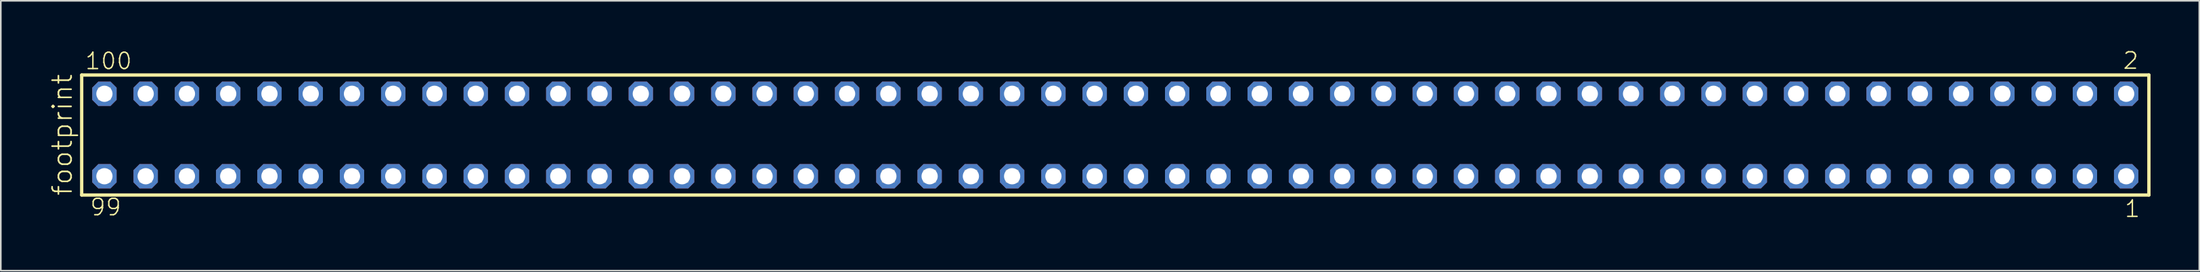
<source format=kicad_pcb>
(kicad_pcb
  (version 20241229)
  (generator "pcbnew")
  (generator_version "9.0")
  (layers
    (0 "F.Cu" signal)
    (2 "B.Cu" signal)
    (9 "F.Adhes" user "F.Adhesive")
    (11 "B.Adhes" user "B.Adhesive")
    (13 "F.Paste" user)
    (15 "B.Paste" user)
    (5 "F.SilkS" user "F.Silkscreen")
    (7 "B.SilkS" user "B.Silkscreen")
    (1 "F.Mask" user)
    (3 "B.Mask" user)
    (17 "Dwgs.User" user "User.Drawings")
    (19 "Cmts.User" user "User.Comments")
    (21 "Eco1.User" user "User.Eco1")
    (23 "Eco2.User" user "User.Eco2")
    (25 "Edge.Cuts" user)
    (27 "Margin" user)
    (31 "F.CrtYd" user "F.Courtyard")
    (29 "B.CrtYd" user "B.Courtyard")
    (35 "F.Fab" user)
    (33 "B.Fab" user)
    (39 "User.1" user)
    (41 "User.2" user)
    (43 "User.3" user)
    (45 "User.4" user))
  (footprint "footprint"
    (layer "F.Cu")
    (at 65.608 5.265)
    (property "Reference" "footprint" (at -64.135 3.81 90) (layer "F.SilkS") (effects (font (size 1.168 1.168) (thickness 0.102)) (justify left bottom)))
    (fp_line (start -63.629 -3.695) (end 63.629 -3.695) (stroke (width 0.203) (type solid)) (layer "F.SilkS"))
    (fp_line (start -63.629 3.695) (end -63.629 -3.695) (stroke (width 0.203) (type solid)) (layer "F.SilkS"))
    (fp_line (start 63.629 -3.695) (end 63.629 3.695) (stroke (width 0.203) (type solid)) (layer "F.SilkS"))
    (fp_line (start 63.629 3.695) (end -63.629 3.695) (stroke (width 0.203) (type solid)) (layer "F.SilkS"))
    (fp_poly (pts (xy -62.58 -2.19) (xy -61.88 -2.19) (xy -61.88 -2.89) (xy -62.58 -2.89)) (stroke (width 0.1) (type solid)) (fill no) (layer "F.Fab"))
    (fp_poly (pts (xy -62.58 2.89) (xy -61.88 2.89) (xy -61.88 2.19) (xy -62.58 2.19)) (stroke (width 0.1) (type solid)) (fill no) (layer "F.Fab"))
    (fp_poly (pts (xy -60.04 -2.19) (xy -59.34 -2.19) (xy -59.34 -2.89) (xy -60.04 -2.89)) (stroke (width 0.1) (type solid)) (fill no) (layer "F.Fab"))
    (fp_poly (pts (xy -60.04 2.89) (xy -59.34 2.89) (xy -59.34 2.19) (xy -60.04 2.19)) (stroke (width 0.1) (type solid)) (fill no) (layer "F.Fab"))
    (fp_poly (pts (xy -57.5 -2.19) (xy -56.8 -2.19) (xy -56.8 -2.89) (xy -57.5 -2.89)) (stroke (width 0.1) (type solid)) (fill no) (layer "F.Fab"))
    (fp_poly (pts (xy -57.5 2.89) (xy -56.8 2.89) (xy -56.8 2.19) (xy -57.5 2.19)) (stroke (width 0.1) (type solid)) (fill no) (layer "F.Fab"))
    (fp_poly (pts (xy -54.96 -2.19) (xy -54.26 -2.19) (xy -54.26 -2.89) (xy -54.96 -2.89)) (stroke (width 0.1) (type solid)) (fill no) (layer "F.Fab"))
    (fp_poly (pts (xy -54.96 2.89) (xy -54.26 2.89) (xy -54.26 2.19) (xy -54.96 2.19)) (stroke (width 0.1) (type solid)) (fill no) (layer "F.Fab"))
    (fp_poly (pts (xy -52.42 -2.19) (xy -51.72 -2.19) (xy -51.72 -2.89) (xy -52.42 -2.89)) (stroke (width 0.1) (type solid)) (fill no) (layer "F.Fab"))
    (fp_poly (pts (xy -52.42 2.89) (xy -51.72 2.89) (xy -51.72 2.19) (xy -52.42 2.19)) (stroke (width 0.1) (type solid)) (fill no) (layer "F.Fab"))
    (fp_poly (pts (xy -49.88 -2.19) (xy -49.18 -2.19) (xy -49.18 -2.89) (xy -49.88 -2.89)) (stroke (width 0.1) (type solid)) (fill no) (layer "F.Fab"))
    (fp_poly (pts (xy -49.88 2.89) (xy -49.18 2.89) (xy -49.18 2.19) (xy -49.88 2.19)) (stroke (width 0.1) (type solid)) (fill no) (layer "F.Fab"))
    (fp_poly (pts (xy -47.34 -2.19) (xy -46.64 -2.19) (xy -46.64 -2.89) (xy -47.34 -2.89)) (stroke (width 0.1) (type solid)) (fill no) (layer "F.Fab"))
    (fp_poly (pts (xy -47.34 2.89) (xy -46.64 2.89) (xy -46.64 2.19) (xy -47.34 2.19)) (stroke (width 0.1) (type solid)) (fill no) (layer "F.Fab"))
    (fp_poly (pts (xy -44.8 -2.19) (xy -44.1 -2.19) (xy -44.1 -2.89) (xy -44.8 -2.89)) (stroke (width 0.1) (type solid)) (fill no) (layer "F.Fab"))
    (fp_poly (pts (xy -44.8 2.89) (xy -44.1 2.89) (xy -44.1 2.19) (xy -44.8 2.19)) (stroke (width 0.1) (type solid)) (fill no) (layer "F.Fab"))
    (fp_poly (pts (xy -42.26 -2.19) (xy -41.56 -2.19) (xy -41.56 -2.89) (xy -42.26 -2.89)) (stroke (width 0.1) (type solid)) (fill no) (layer "F.Fab"))
    (fp_poly (pts (xy -42.26 2.89) (xy -41.56 2.89) (xy -41.56 2.19) (xy -42.26 2.19)) (stroke (width 0.1) (type solid)) (fill no) (layer "F.Fab"))
    (fp_poly (pts (xy -39.72 -2.19) (xy -39.02 -2.19) (xy -39.02 -2.89) (xy -39.72 -2.89)) (stroke (width 0.1) (type solid)) (fill no) (layer "F.Fab"))
    (fp_poly (pts (xy -39.72 2.89) (xy -39.02 2.89) (xy -39.02 2.19) (xy -39.72 2.19)) (stroke (width 0.1) (type solid)) (fill no) (layer "F.Fab"))
    (fp_poly (pts (xy -37.18 -2.19) (xy -36.48 -2.19) (xy -36.48 -2.89) (xy -37.18 -2.89)) (stroke (width 0.1) (type solid)) (fill no) (layer "F.Fab"))
    (fp_poly (pts (xy -37.18 2.89) (xy -36.48 2.89) (xy -36.48 2.19) (xy -37.18 2.19)) (stroke (width 0.1) (type solid)) (fill no) (layer "F.Fab"))
    (fp_poly (pts (xy -34.64 -2.19) (xy -33.94 -2.19) (xy -33.94 -2.89) (xy -34.64 -2.89)) (stroke (width 0.1) (type solid)) (fill no) (layer "F.Fab"))
    (fp_poly (pts (xy -34.64 2.89) (xy -33.94 2.89) (xy -33.94 2.19) (xy -34.64 2.19)) (stroke (width 0.1) (type solid)) (fill no) (layer "F.Fab"))
    (fp_poly (pts (xy -32.1 -2.19) (xy -31.4 -2.19) (xy -31.4 -2.89) (xy -32.1 -2.89)) (stroke (width 0.1) (type solid)) (fill no) (layer "F.Fab"))
    (fp_poly (pts (xy -32.1 2.89) (xy -31.4 2.89) (xy -31.4 2.19) (xy -32.1 2.19)) (stroke (width 0.1) (type solid)) (fill no) (layer "F.Fab"))
    (fp_poly (pts (xy -29.56 -2.19) (xy -28.86 -2.19) (xy -28.86 -2.89) (xy -29.56 -2.89)) (stroke (width 0.1) (type solid)) (fill no) (layer "F.Fab"))
    (fp_poly (pts (xy -29.56 2.89) (xy -28.86 2.89) (xy -28.86 2.19) (xy -29.56 2.19)) (stroke (width 0.1) (type solid)) (fill no) (layer "F.Fab"))
    (fp_poly (pts (xy -27.02 -2.19) (xy -26.32 -2.19) (xy -26.32 -2.89) (xy -27.02 -2.89)) (stroke (width 0.1) (type solid)) (fill no) (layer "F.Fab"))
    (fp_poly (pts (xy -27.02 2.89) (xy -26.32 2.89) (xy -26.32 2.19) (xy -27.02 2.19)) (stroke (width 0.1) (type solid)) (fill no) (layer "F.Fab"))
    (fp_poly (pts (xy -24.48 -2.19) (xy -23.78 -2.19) (xy -23.78 -2.89) (xy -24.48 -2.89)) (stroke (width 0.1) (type solid)) (fill no) (layer "F.Fab"))
    (fp_poly (pts (xy -24.48 2.89) (xy -23.78 2.89) (xy -23.78 2.19) (xy -24.48 2.19)) (stroke (width 0.1) (type solid)) (fill no) (layer "F.Fab"))
    (fp_poly (pts (xy -21.94 -2.19) (xy -21.24 -2.19) (xy -21.24 -2.89) (xy -21.94 -2.89)) (stroke (width 0.1) (type solid)) (fill no) (layer "F.Fab"))
    (fp_poly (pts (xy -21.94 2.89) (xy -21.24 2.89) (xy -21.24 2.19) (xy -21.94 2.19)) (stroke (width 0.1) (type solid)) (fill no) (layer "F.Fab"))
    (fp_poly (pts (xy -19.4 -2.19) (xy -18.7 -2.19) (xy -18.7 -2.89) (xy -19.4 -2.89)) (stroke (width 0.1) (type solid)) (fill no) (layer "F.Fab"))
    (fp_poly (pts (xy -19.4 2.89) (xy -18.7 2.89) (xy -18.7 2.19) (xy -19.4 2.19)) (stroke (width 0.1) (type solid)) (fill no) (layer "F.Fab"))
    (fp_poly (pts (xy -16.86 -2.19) (xy -16.16 -2.19) (xy -16.16 -2.89) (xy -16.86 -2.89)) (stroke (width 0.1) (type solid)) (fill no) (layer "F.Fab"))
    (fp_poly (pts (xy -16.86 2.89) (xy -16.16 2.89) (xy -16.16 2.19) (xy -16.86 2.19)) (stroke (width 0.1) (type solid)) (fill no) (layer "F.Fab"))
    (fp_poly (pts (xy -14.32 -2.19) (xy -13.62 -2.19) (xy -13.62 -2.89) (xy -14.32 -2.89)) (stroke (width 0.1) (type solid)) (fill no) (layer "F.Fab"))
    (fp_poly (pts (xy -14.32 2.89) (xy -13.62 2.89) (xy -13.62 2.19) (xy -14.32 2.19)) (stroke (width 0.1) (type solid)) (fill no) (layer "F.Fab"))
    (fp_poly (pts (xy -11.78 -2.19) (xy -11.08 -2.19) (xy -11.08 -2.89) (xy -11.78 -2.89)) (stroke (width 0.1) (type solid)) (fill no) (layer "F.Fab"))
    (fp_poly (pts (xy -11.78 2.89) (xy -11.08 2.89) (xy -11.08 2.19) (xy -11.78 2.19)) (stroke (width 0.1) (type solid)) (fill no) (layer "F.Fab"))
    (fp_poly (pts (xy -9.24 -2.19) (xy -8.54 -2.19) (xy -8.54 -2.89) (xy -9.24 -2.89)) (stroke (width 0.1) (type solid)) (fill no) (layer "F.Fab"))
    (fp_poly (pts (xy -9.24 2.89) (xy -8.54 2.89) (xy -8.54 2.19) (xy -9.24 2.19)) (stroke (width 0.1) (type solid)) (fill no) (layer "F.Fab"))
    (fp_poly (pts (xy -6.7 -2.19) (xy -6 -2.19) (xy -6 -2.89) (xy -6.7 -2.89)) (stroke (width 0.1) (type solid)) (fill no) (layer "F.Fab"))
    (fp_poly (pts (xy -6.7 2.89) (xy -6 2.89) (xy -6 2.19) (xy -6.7 2.19)) (stroke (width 0.1) (type solid)) (fill no) (layer "F.Fab"))
    (fp_poly (pts (xy -4.16 -2.19) (xy -3.46 -2.19) (xy -3.46 -2.89) (xy -4.16 -2.89)) (stroke (width 0.1) (type solid)) (fill no) (layer "F.Fab"))
    (fp_poly (pts (xy -4.16 2.89) (xy -3.46 2.89) (xy -3.46 2.19) (xy -4.16 2.19)) (stroke (width 0.1) (type solid)) (fill no) (layer "F.Fab"))
    (fp_poly (pts (xy -1.62 -2.19) (xy -0.92 -2.19) (xy -0.92 -2.89) (xy -1.62 -2.89)) (stroke (width 0.1) (type solid)) (fill no) (layer "F.Fab"))
    (fp_poly (pts (xy -1.62 2.89) (xy -0.92 2.89) (xy -0.92 2.19) (xy -1.62 2.19)) (stroke (width 0.1) (type solid)) (fill no) (layer "F.Fab"))
    (fp_poly (pts (xy 0.92 -2.19) (xy 1.62 -2.19) (xy 1.62 -2.89) (xy 0.92 -2.89)) (stroke (width 0.1) (type solid)) (fill no) (layer "F.Fab"))
    (fp_poly (pts (xy 0.92 2.89) (xy 1.62 2.89) (xy 1.62 2.19) (xy 0.92 2.19)) (stroke (width 0.1) (type solid)) (fill no) (layer "F.Fab"))
    (fp_poly (pts (xy 3.46 -2.19) (xy 4.16 -2.19) (xy 4.16 -2.89) (xy 3.46 -2.89)) (stroke (width 0.1) (type solid)) (fill no) (layer "F.Fab"))
    (fp_poly (pts (xy 3.46 2.89) (xy 4.16 2.89) (xy 4.16 2.19) (xy 3.46 2.19)) (stroke (width 0.1) (type solid)) (fill no) (layer "F.Fab"))
    (fp_poly (pts (xy 6 -2.19) (xy 6.7 -2.19) (xy 6.7 -2.89) (xy 6 -2.89)) (stroke (width 0.1) (type solid)) (fill no) (layer "F.Fab"))
    (fp_poly (pts (xy 6 2.89) (xy 6.7 2.89) (xy 6.7 2.19) (xy 6 2.19)) (stroke (width 0.1) (type solid)) (fill no) (layer "F.Fab"))
    (fp_poly (pts (xy 8.54 -2.19) (xy 9.24 -2.19) (xy 9.24 -2.89) (xy 8.54 -2.89)) (stroke (width 0.1) (type solid)) (fill no) (layer "F.Fab"))
    (fp_poly (pts (xy 8.54 2.89) (xy 9.24 2.89) (xy 9.24 2.19) (xy 8.54 2.19)) (stroke (width 0.1) (type solid)) (fill no) (layer "F.Fab"))
    (fp_poly (pts (xy 11.08 -2.19) (xy 11.78 -2.19) (xy 11.78 -2.89) (xy 11.08 -2.89)) (stroke (width 0.1) (type solid)) (fill no) (layer "F.Fab"))
    (fp_poly (pts (xy 11.08 2.89) (xy 11.78 2.89) (xy 11.78 2.19) (xy 11.08 2.19)) (stroke (width 0.1) (type solid)) (fill no) (layer "F.Fab"))
    (fp_poly (pts (xy 13.62 -2.19) (xy 14.32 -2.19) (xy 14.32 -2.89) (xy 13.62 -2.89)) (stroke (width 0.1) (type solid)) (fill no) (layer "F.Fab"))
    (fp_poly (pts (xy 13.62 2.89) (xy 14.32 2.89) (xy 14.32 2.19) (xy 13.62 2.19)) (stroke (width 0.1) (type solid)) (fill no) (layer "F.Fab"))
    (fp_poly (pts (xy 16.16 -2.19) (xy 16.86 -2.19) (xy 16.86 -2.89) (xy 16.16 -2.89)) (stroke (width 0.1) (type solid)) (fill no) (layer "F.Fab"))
    (fp_poly (pts (xy 16.16 2.89) (xy 16.86 2.89) (xy 16.86 2.19) (xy 16.16 2.19)) (stroke (width 0.1) (type solid)) (fill no) (layer "F.Fab"))
    (fp_poly (pts (xy 18.7 -2.19) (xy 19.4 -2.19) (xy 19.4 -2.89) (xy 18.7 -2.89)) (stroke (width 0.1) (type solid)) (fill no) (layer "F.Fab"))
    (fp_poly (pts (xy 18.7 2.89) (xy 19.4 2.89) (xy 19.4 2.19) (xy 18.7 2.19)) (stroke (width 0.1) (type solid)) (fill no) (layer "F.Fab"))
    (fp_poly (pts (xy 21.24 -2.19) (xy 21.94 -2.19) (xy 21.94 -2.89) (xy 21.24 -2.89)) (stroke (width 0.1) (type solid)) (fill no) (layer "F.Fab"))
    (fp_poly (pts (xy 21.24 2.89) (xy 21.94 2.89) (xy 21.94 2.19) (xy 21.24 2.19)) (stroke (width 0.1) (type solid)) (fill no) (layer "F.Fab"))
    (fp_poly (pts (xy 23.78 -2.19) (xy 24.48 -2.19) (xy 24.48 -2.89) (xy 23.78 -2.89)) (stroke (width 0.1) (type solid)) (fill no) (layer "F.Fab"))
    (fp_poly (pts (xy 23.78 2.89) (xy 24.48 2.89) (xy 24.48 2.19) (xy 23.78 2.19)) (stroke (width 0.1) (type solid)) (fill no) (layer "F.Fab"))
    (fp_poly (pts (xy 26.32 -2.19) (xy 27.02 -2.19) (xy 27.02 -2.89) (xy 26.32 -2.89)) (stroke (width 0.1) (type solid)) (fill no) (layer "F.Fab"))
    (fp_poly (pts (xy 26.32 2.89) (xy 27.02 2.89) (xy 27.02 2.19) (xy 26.32 2.19)) (stroke (width 0.1) (type solid)) (fill no) (layer "F.Fab"))
    (fp_poly (pts (xy 28.86 -2.19) (xy 29.56 -2.19) (xy 29.56 -2.89) (xy 28.86 -2.89)) (stroke (width 0.1) (type solid)) (fill no) (layer "F.Fab"))
    (fp_poly (pts (xy 28.86 2.89) (xy 29.56 2.89) (xy 29.56 2.19) (xy 28.86 2.19)) (stroke (width 0.1) (type solid)) (fill no) (layer "F.Fab"))
    (fp_poly (pts (xy 31.4 -2.19) (xy 32.1 -2.19) (xy 32.1 -2.89) (xy 31.4 -2.89)) (stroke (width 0.1) (type solid)) (fill no) (layer "F.Fab"))
    (fp_poly (pts (xy 31.4 2.89) (xy 32.1 2.89) (xy 32.1 2.19) (xy 31.4 2.19)) (stroke (width 0.1) (type solid)) (fill no) (layer "F.Fab"))
    (fp_poly (pts (xy 33.94 -2.19) (xy 34.64 -2.19) (xy 34.64 -2.89) (xy 33.94 -2.89)) (stroke (width 0.1) (type solid)) (fill no) (layer "F.Fab"))
    (fp_poly (pts (xy 33.94 2.89) (xy 34.64 2.89) (xy 34.64 2.19) (xy 33.94 2.19)) (stroke (width 0.1) (type solid)) (fill no) (layer "F.Fab"))
    (fp_poly (pts (xy 36.48 -2.19) (xy 37.18 -2.19) (xy 37.18 -2.89) (xy 36.48 -2.89)) (stroke (width 0.1) (type solid)) (fill no) (layer "F.Fab"))
    (fp_poly (pts (xy 36.48 2.89) (xy 37.18 2.89) (xy 37.18 2.19) (xy 36.48 2.19)) (stroke (width 0.1) (type solid)) (fill no) (layer "F.Fab"))
    (fp_poly (pts (xy 39.02 -2.19) (xy 39.72 -2.19) (xy 39.72 -2.89) (xy 39.02 -2.89)) (stroke (width 0.1) (type solid)) (fill no) (layer "F.Fab"))
    (fp_poly (pts (xy 39.02 2.89) (xy 39.72 2.89) (xy 39.72 2.19) (xy 39.02 2.19)) (stroke (width 0.1) (type solid)) (fill no) (layer "F.Fab"))
    (fp_poly (pts (xy 41.56 -2.19) (xy 42.26 -2.19) (xy 42.26 -2.89) (xy 41.56 -2.89)) (stroke (width 0.1) (type solid)) (fill no) (layer "F.Fab"))
    (fp_poly (pts (xy 41.56 2.89) (xy 42.26 2.89) (xy 42.26 2.19) (xy 41.56 2.19)) (stroke (width 0.1) (type solid)) (fill no) (layer "F.Fab"))
    (fp_poly (pts (xy 44.1 -2.19) (xy 44.8 -2.19) (xy 44.8 -2.89) (xy 44.1 -2.89)) (stroke (width 0.1) (type solid)) (fill no) (layer "F.Fab"))
    (fp_poly (pts (xy 44.1 2.89) (xy 44.8 2.89) (xy 44.8 2.19) (xy 44.1 2.19)) (stroke (width 0.1) (type solid)) (fill no) (layer "F.Fab"))
    (fp_poly (pts (xy 46.64 -2.19) (xy 47.34 -2.19) (xy 47.34 -2.89) (xy 46.64 -2.89)) (stroke (width 0.1) (type solid)) (fill no) (layer "F.Fab"))
    (fp_poly (pts (xy 46.64 2.89) (xy 47.34 2.89) (xy 47.34 2.19) (xy 46.64 2.19)) (stroke (width 0.1) (type solid)) (fill no) (layer "F.Fab"))
    (fp_poly (pts (xy 49.18 -2.19) (xy 49.88 -2.19) (xy 49.88 -2.89) (xy 49.18 -2.89)) (stroke (width 0.1) (type solid)) (fill no) (layer "F.Fab"))
    (fp_poly (pts (xy 49.18 2.89) (xy 49.88 2.89) (xy 49.88 2.19) (xy 49.18 2.19)) (stroke (width 0.1) (type solid)) (fill no) (layer "F.Fab"))
    (fp_poly (pts (xy 51.72 -2.19) (xy 52.42 -2.19) (xy 52.42 -2.89) (xy 51.72 -2.89)) (stroke (width 0.1) (type solid)) (fill no) (layer "F.Fab"))
    (fp_poly (pts (xy 51.72 2.89) (xy 52.42 2.89) (xy 52.42 2.19) (xy 51.72 2.19)) (stroke (width 0.1) (type solid)) (fill no) (layer "F.Fab"))
    (fp_poly (pts (xy 54.26 -2.19) (xy 54.96 -2.19) (xy 54.96 -2.89) (xy 54.26 -2.89)) (stroke (width 0.1) (type solid)) (fill no) (layer "F.Fab"))
    (fp_poly (pts (xy 54.26 2.89) (xy 54.96 2.89) (xy 54.96 2.19) (xy 54.26 2.19)) (stroke (width 0.1) (type solid)) (fill no) (layer "F.Fab"))
    (fp_poly (pts (xy 56.8 -2.19) (xy 57.5 -2.19) (xy 57.5 -2.89) (xy 56.8 -2.89)) (stroke (width 0.1) (type solid)) (fill no) (layer "F.Fab"))
    (fp_poly (pts (xy 56.8 2.89) (xy 57.5 2.89) (xy 57.5 2.19) (xy 56.8 2.19)) (stroke (width 0.1) (type solid)) (fill no) (layer "F.Fab"))
    (fp_poly (pts (xy 59.34 -2.19) (xy 60.04 -2.19) (xy 60.04 -2.89) (xy 59.34 -2.89)) (stroke (width 0.1) (type solid)) (fill no) (layer "F.Fab"))
    (fp_poly (pts (xy 59.34 2.89) (xy 60.04 2.89) (xy 60.04 2.19) (xy 59.34 2.19)) (stroke (width 0.1) (type solid)) (fill no) (layer "F.Fab"))
    (fp_poly (pts (xy 61.88 -2.19) (xy 62.58 -2.19) (xy 62.58 -2.89) (xy 61.88 -2.89)) (stroke (width 0.1) (type solid)) (fill no) (layer "F.Fab"))
    (fp_poly (pts (xy 61.88 2.89) (xy 62.58 2.89) (xy 62.58 2.19) (xy 61.88 2.19)) (stroke (width 0.1) (type solid)) (fill no) (layer "F.Fab"))
    (fp_text user "1" (at 62.072 5.138 0) (layer "F.SilkS") (effects (font (size 1.012 1.012) (thickness 0.088)) (justify left bottom)))
    (fp_text user "100" (at -63.479 -3.964 0) (layer "F.SilkS") (effects (font (size 1.012 1.012) (thickness 0.088)) (justify left bottom)))
    (fp_text user "2" (at 61.972 -3.989 0) (layer "F.SilkS") (effects (font (size 1.012 1.012) (thickness 0.088)) (justify left bottom)))
    (fp_text user "99" (at -63.175 5.038 0) (layer "F.SilkS") (effects (font (size 1.012 1.012) (thickness 0.088)) (justify left bottom)))
    (pad "1" thru_hole roundrect (at 62.23 2.54 180) (size 1.5 1.5) (drill 1) (layers "*.Cu" "*.Mask") (roundrect_rratio 0.25) (chamfer_ratio 0.25) (chamfer top_left top_right bottom_left bottom_right))
    (pad "2" thru_hole roundrect (at 62.23 -2.54 180) (size 1.5 1.5) (drill 1) (layers "*.Cu" "*.Mask") (roundrect_rratio 0.25) (chamfer_ratio 0.25) (chamfer top_left top_right bottom_left bottom_right))
    (pad "3" thru_hole roundrect (at 59.69 2.54 180) (size 1.5 1.5) (drill 1) (layers "*.Cu" "*.Mask") (roundrect_rratio 0.25) (chamfer_ratio 0.25) (chamfer top_left top_right bottom_left bottom_right))
    (pad "4" thru_hole roundrect (at 59.69 -2.54 180) (size 1.5 1.5) (drill 1) (layers "*.Cu" "*.Mask") (roundrect_rratio 0.25) (chamfer_ratio 0.25) (chamfer top_left top_right bottom_left bottom_right))
    (pad "5" thru_hole roundrect (at 57.15 2.54 180) (size 1.5 1.5) (drill 1) (layers "*.Cu" "*.Mask") (roundrect_rratio 0.25) (chamfer_ratio 0.25) (chamfer top_left top_right bottom_left bottom_right))
    (pad "6" thru_hole roundrect (at 57.15 -2.54 180) (size 1.5 1.5) (drill 1) (layers "*.Cu" "*.Mask") (roundrect_rratio 0.25) (chamfer_ratio 0.25) (chamfer top_left top_right bottom_left bottom_right))
    (pad "7" thru_hole roundrect (at 54.61 2.54 180) (size 1.5 1.5) (drill 1) (layers "*.Cu" "*.Mask") (roundrect_rratio 0.25) (chamfer_ratio 0.25) (chamfer top_left top_right bottom_left bottom_right))
    (pad "8" thru_hole roundrect (at 54.61 -2.54 180) (size 1.5 1.5) (drill 1) (layers "*.Cu" "*.Mask") (roundrect_rratio 0.25) (chamfer_ratio 0.25) (chamfer top_left top_right bottom_left bottom_right))
    (pad "9" thru_hole roundrect (at 52.07 2.54 180) (size 1.5 1.5) (drill 1) (layers "*.Cu" "*.Mask") (roundrect_rratio 0.25) (chamfer_ratio 0.25) (chamfer top_left top_right bottom_left bottom_right))
    (pad "10" thru_hole roundrect (at 52.07 -2.54 180) (size 1.5 1.5) (drill 1) (layers "*.Cu" "*.Mask") (roundrect_rratio 0.25) (chamfer_ratio 0.25) (chamfer top_left top_right bottom_left bottom_right))
    (pad "11" thru_hole roundrect (at 49.53 2.54 180) (size 1.5 1.5) (drill 1) (layers "*.Cu" "*.Mask") (roundrect_rratio 0.25) (chamfer_ratio 0.25) (chamfer top_left top_right bottom_left bottom_right))
    (pad "12" thru_hole roundrect (at 49.53 -2.54 180) (size 1.5 1.5) (drill 1) (layers "*.Cu" "*.Mask") (roundrect_rratio 0.25) (chamfer_ratio 0.25) (chamfer top_left top_right bottom_left bottom_right))
    (pad "13" thru_hole roundrect (at 46.99 2.54 180) (size 1.5 1.5) (drill 1) (layers "*.Cu" "*.Mask") (roundrect_rratio 0.25) (chamfer_ratio 0.25) (chamfer top_left top_right bottom_left bottom_right))
    (pad "14" thru_hole roundrect (at 46.99 -2.54 180) (size 1.5 1.5) (drill 1) (layers "*.Cu" "*.Mask") (roundrect_rratio 0.25) (chamfer_ratio 0.25) (chamfer top_left top_right bottom_left bottom_right))
    (pad "15" thru_hole roundrect (at 44.45 2.54 180) (size 1.5 1.5) (drill 1) (layers "*.Cu" "*.Mask") (roundrect_rratio 0.25) (chamfer_ratio 0.25) (chamfer top_left top_right bottom_left bottom_right))
    (pad "16" thru_hole roundrect (at 44.45 -2.54 180) (size 1.5 1.5) (drill 1) (layers "*.Cu" "*.Mask") (roundrect_rratio 0.25) (chamfer_ratio 0.25) (chamfer top_left top_right bottom_left bottom_right))
    (pad "17" thru_hole roundrect (at 41.91 2.54 180) (size 1.5 1.5) (drill 1) (layers "*.Cu" "*.Mask") (roundrect_rratio 0.25) (chamfer_ratio 0.25) (chamfer top_left top_right bottom_left bottom_right))
    (pad "18" thru_hole roundrect (at 41.91 -2.54 180) (size 1.5 1.5) (drill 1) (layers "*.Cu" "*.Mask") (roundrect_rratio 0.25) (chamfer_ratio 0.25) (chamfer top_left top_right bottom_left bottom_right))
    (pad "19" thru_hole roundrect (at 39.37 2.54 180) (size 1.5 1.5) (drill 1) (layers "*.Cu" "*.Mask") (roundrect_rratio 0.25) (chamfer_ratio 0.25) (chamfer top_left top_right bottom_left bottom_right))
    (pad "20" thru_hole roundrect (at 39.37 -2.54 180) (size 1.5 1.5) (drill 1) (layers "*.Cu" "*.Mask") (roundrect_rratio 0.25) (chamfer_ratio 0.25) (chamfer top_left top_right bottom_left bottom_right))
    (pad "21" thru_hole roundrect (at 36.83 2.54 180) (size 1.5 1.5) (drill 1) (layers "*.Cu" "*.Mask") (roundrect_rratio 0.25) (chamfer_ratio 0.25) (chamfer top_left top_right bottom_left bottom_right))
    (pad "22" thru_hole roundrect (at 36.83 -2.54 180) (size 1.5 1.5) (drill 1) (layers "*.Cu" "*.Mask") (roundrect_rratio 0.25) (chamfer_ratio 0.25) (chamfer top_left top_right bottom_left bottom_right))
    (pad "23" thru_hole roundrect (at 34.29 2.54 180) (size 1.5 1.5) (drill 1) (layers "*.Cu" "*.Mask") (roundrect_rratio 0.25) (chamfer_ratio 0.25) (chamfer top_left top_right bottom_left bottom_right))
    (pad "24" thru_hole roundrect (at 34.29 -2.54 180) (size 1.5 1.5) (drill 1) (layers "*.Cu" "*.Mask") (roundrect_rratio 0.25) (chamfer_ratio 0.25) (chamfer top_left top_right bottom_left bottom_right))
    (pad "25" thru_hole roundrect (at 31.75 2.54 180) (size 1.5 1.5) (drill 1) (layers "*.Cu" "*.Mask") (roundrect_rratio 0.25) (chamfer_ratio 0.25) (chamfer top_left top_right bottom_left bottom_right))
    (pad "26" thru_hole roundrect (at 31.75 -2.54 180) (size 1.5 1.5) (drill 1) (layers "*.Cu" "*.Mask") (roundrect_rratio 0.25) (chamfer_ratio 0.25) (chamfer top_left top_right bottom_left bottom_right))
    (pad "27" thru_hole roundrect (at 29.21 2.54 180) (size 1.5 1.5) (drill 1) (layers "*.Cu" "*.Mask") (roundrect_rratio 0.25) (chamfer_ratio 0.25) (chamfer top_left top_right bottom_left bottom_right))
    (pad "28" thru_hole roundrect (at 29.21 -2.54 180) (size 1.5 1.5) (drill 1) (layers "*.Cu" "*.Mask") (roundrect_rratio 0.25) (chamfer_ratio 0.25) (chamfer top_left top_right bottom_left bottom_right))
    (pad "29" thru_hole roundrect (at 26.67 2.54 180) (size 1.5 1.5) (drill 1) (layers "*.Cu" "*.Mask") (roundrect_rratio 0.25) (chamfer_ratio 0.25) (chamfer top_left top_right bottom_left bottom_right))
    (pad "30" thru_hole roundrect (at 26.67 -2.54 180) (size 1.5 1.5) (drill 1) (layers "*.Cu" "*.Mask") (roundrect_rratio 0.25) (chamfer_ratio 0.25) (chamfer top_left top_right bottom_left bottom_right))
    (pad "31" thru_hole roundrect (at 24.13 2.54 180) (size 1.5 1.5) (drill 1) (layers "*.Cu" "*.Mask") (roundrect_rratio 0.25) (chamfer_ratio 0.25) (chamfer top_left top_right bottom_left bottom_right))
    (pad "32" thru_hole roundrect (at 24.13 -2.54 180) (size 1.5 1.5) (drill 1) (layers "*.Cu" "*.Mask") (roundrect_rratio 0.25) (chamfer_ratio 0.25) (chamfer top_left top_right bottom_left bottom_right))
    (pad "33" thru_hole roundrect (at 21.59 2.54 180) (size 1.5 1.5) (drill 1) (layers "*.Cu" "*.Mask") (roundrect_rratio 0.25) (chamfer_ratio 0.25) (chamfer top_left top_right bottom_left bottom_right))
    (pad "34" thru_hole roundrect (at 21.59 -2.54 180) (size 1.5 1.5) (drill 1) (layers "*.Cu" "*.Mask") (roundrect_rratio 0.25) (chamfer_ratio 0.25) (chamfer top_left top_right bottom_left bottom_right))
    (pad "35" thru_hole roundrect (at 19.05 2.54 180) (size 1.5 1.5) (drill 1) (layers "*.Cu" "*.Mask") (roundrect_rratio 0.25) (chamfer_ratio 0.25) (chamfer top_left top_right bottom_left bottom_right))
    (pad "36" thru_hole roundrect (at 19.05 -2.54 180) (size 1.5 1.5) (drill 1) (layers "*.Cu" "*.Mask") (roundrect_rratio 0.25) (chamfer_ratio 0.25) (chamfer top_left top_right bottom_left bottom_right))
    (pad "37" thru_hole roundrect (at 16.51 2.54 180) (size 1.5 1.5) (drill 1) (layers "*.Cu" "*.Mask") (roundrect_rratio 0.25) (chamfer_ratio 0.25) (chamfer top_left top_right bottom_left bottom_right))
    (pad "38" thru_hole roundrect (at 16.51 -2.54 180) (size 1.5 1.5) (drill 1) (layers "*.Cu" "*.Mask") (roundrect_rratio 0.25) (chamfer_ratio 0.25) (chamfer top_left top_right bottom_left bottom_right))
    (pad "39" thru_hole roundrect (at 13.97 2.54 180) (size 1.5 1.5) (drill 1) (layers "*.Cu" "*.Mask") (roundrect_rratio 0.25) (chamfer_ratio 0.25) (chamfer top_left top_right bottom_left bottom_right))
    (pad "40" thru_hole roundrect (at 13.97 -2.54 180) (size 1.5 1.5) (drill 1) (layers "*.Cu" "*.Mask") (roundrect_rratio 0.25) (chamfer_ratio 0.25) (chamfer top_left top_right bottom_left bottom_right))
    (pad "41" thru_hole roundrect (at 11.43 2.54 180) (size 1.5 1.5) (drill 1) (layers "*.Cu" "*.Mask") (roundrect_rratio 0.25) (chamfer_ratio 0.25) (chamfer top_left top_right bottom_left bottom_right))
    (pad "42" thru_hole roundrect (at 11.43 -2.54 180) (size 1.5 1.5) (drill 1) (layers "*.Cu" "*.Mask") (roundrect_rratio 0.25) (chamfer_ratio 0.25) (chamfer top_left top_right bottom_left bottom_right))
    (pad "43" thru_hole roundrect (at 8.89 2.54 180) (size 1.5 1.5) (drill 1) (layers "*.Cu" "*.Mask") (roundrect_rratio 0.25) (chamfer_ratio 0.25) (chamfer top_left top_right bottom_left bottom_right))
    (pad "44" thru_hole roundrect (at 8.89 -2.54 180) (size 1.5 1.5) (drill 1) (layers "*.Cu" "*.Mask") (roundrect_rratio 0.25) (chamfer_ratio 0.25) (chamfer top_left top_right bottom_left bottom_right))
    (pad "45" thru_hole roundrect (at 6.35 2.54 180) (size 1.5 1.5) (drill 1) (layers "*.Cu" "*.Mask") (roundrect_rratio 0.25) (chamfer_ratio 0.25) (chamfer top_left top_right bottom_left bottom_right))
    (pad "46" thru_hole roundrect (at 6.35 -2.54 180) (size 1.5 1.5) (drill 1) (layers "*.Cu" "*.Mask") (roundrect_rratio 0.25) (chamfer_ratio 0.25) (chamfer top_left top_right bottom_left bottom_right))
    (pad "47" thru_hole roundrect (at 3.81 2.54 180) (size 1.5 1.5) (drill 1) (layers "*.Cu" "*.Mask") (roundrect_rratio 0.25) (chamfer_ratio 0.25) (chamfer top_left top_right bottom_left bottom_right))
    (pad "48" thru_hole roundrect (at 3.81 -2.54 180) (size 1.5 1.5) (drill 1) (layers "*.Cu" "*.Mask") (roundrect_rratio 0.25) (chamfer_ratio 0.25) (chamfer top_left top_right bottom_left bottom_right))
    (pad "49" thru_hole roundrect (at 1.27 2.54 180) (size 1.5 1.5) (drill 1) (layers "*.Cu" "*.Mask") (roundrect_rratio 0.25) (chamfer_ratio 0.25) (chamfer top_left top_right bottom_left bottom_right))
    (pad "50" thru_hole roundrect (at 1.27 -2.54 180) (size 1.5 1.5) (drill 1) (layers "*.Cu" "*.Mask") (roundrect_rratio 0.25) (chamfer_ratio 0.25) (chamfer top_left top_right bottom_left bottom_right))
    (pad "51" thru_hole roundrect (at -1.27 2.54 180) (size 1.5 1.5) (drill 1) (layers "*.Cu" "*.Mask") (roundrect_rratio 0.25) (chamfer_ratio 0.25) (chamfer top_left top_right bottom_left bottom_right))
    (pad "52" thru_hole roundrect (at -1.27 -2.54 180) (size 1.5 1.5) (drill 1) (layers "*.Cu" "*.Mask") (roundrect_rratio 0.25) (chamfer_ratio 0.25) (chamfer top_left top_right bottom_left bottom_right))
    (pad "53" thru_hole roundrect (at -3.81 2.54 180) (size 1.5 1.5) (drill 1) (layers "*.Cu" "*.Mask") (roundrect_rratio 0.25) (chamfer_ratio 0.25) (chamfer top_left top_right bottom_left bottom_right))
    (pad "54" thru_hole roundrect (at -3.81 -2.54 180) (size 1.5 1.5) (drill 1) (layers "*.Cu" "*.Mask") (roundrect_rratio 0.25) (chamfer_ratio 0.25) (chamfer top_left top_right bottom_left bottom_right))
    (pad "55" thru_hole roundrect (at -6.35 2.54 180) (size 1.5 1.5) (drill 1) (layers "*.Cu" "*.Mask") (roundrect_rratio 0.25) (chamfer_ratio 0.25) (chamfer top_left top_right bottom_left bottom_right))
    (pad "56" thru_hole roundrect (at -6.35 -2.54 180) (size 1.5 1.5) (drill 1) (layers "*.Cu" "*.Mask") (roundrect_rratio 0.25) (chamfer_ratio 0.25) (chamfer top_left top_right bottom_left bottom_right))
    (pad "57" thru_hole roundrect (at -8.89 2.54 180) (size 1.5 1.5) (drill 1) (layers "*.Cu" "*.Mask") (roundrect_rratio 0.25) (chamfer_ratio 0.25) (chamfer top_left top_right bottom_left bottom_right))
    (pad "58" thru_hole roundrect (at -8.89 -2.54 180) (size 1.5 1.5) (drill 1) (layers "*.Cu" "*.Mask") (roundrect_rratio 0.25) (chamfer_ratio 0.25) (chamfer top_left top_right bottom_left bottom_right))
    (pad "59" thru_hole roundrect (at -11.43 2.54 180) (size 1.5 1.5) (drill 1) (layers "*.Cu" "*.Mask") (roundrect_rratio 0.25) (chamfer_ratio 0.25) (chamfer top_left top_right bottom_left bottom_right))
    (pad "60" thru_hole roundrect (at -11.43 -2.54 180) (size 1.5 1.5) (drill 1) (layers "*.Cu" "*.Mask") (roundrect_rratio 0.25) (chamfer_ratio 0.25) (chamfer top_left top_right bottom_left bottom_right))
    (pad "61" thru_hole roundrect (at -13.97 2.54 180) (size 1.5 1.5) (drill 1) (layers "*.Cu" "*.Mask") (roundrect_rratio 0.25) (chamfer_ratio 0.25) (chamfer top_left top_right bottom_left bottom_right))
    (pad "62" thru_hole roundrect (at -13.97 -2.54 180) (size 1.5 1.5) (drill 1) (layers "*.Cu" "*.Mask") (roundrect_rratio 0.25) (chamfer_ratio 0.25) (chamfer top_left top_right bottom_left bottom_right))
    (pad "63" thru_hole roundrect (at -16.51 2.54 180) (size 1.5 1.5) (drill 1) (layers "*.Cu" "*.Mask") (roundrect_rratio 0.25) (chamfer_ratio 0.25) (chamfer top_left top_right bottom_left bottom_right))
    (pad "64" thru_hole roundrect (at -16.51 -2.54 180) (size 1.5 1.5) (drill 1) (layers "*.Cu" "*.Mask") (roundrect_rratio 0.25) (chamfer_ratio 0.25) (chamfer top_left top_right bottom_left bottom_right))
    (pad "65" thru_hole roundrect (at -19.05 2.54 180) (size 1.5 1.5) (drill 1) (layers "*.Cu" "*.Mask") (roundrect_rratio 0.25) (chamfer_ratio 0.25) (chamfer top_left top_right bottom_left bottom_right))
    (pad "66" thru_hole roundrect (at -19.05 -2.54 180) (size 1.5 1.5) (drill 1) (layers "*.Cu" "*.Mask") (roundrect_rratio 0.25) (chamfer_ratio 0.25) (chamfer top_left top_right bottom_left bottom_right))
    (pad "67" thru_hole roundrect (at -21.59 2.54 180) (size 1.5 1.5) (drill 1) (layers "*.Cu" "*.Mask") (roundrect_rratio 0.25) (chamfer_ratio 0.25) (chamfer top_left top_right bottom_left bottom_right))
    (pad "68" thru_hole roundrect (at -21.59 -2.54 180) (size 1.5 1.5) (drill 1) (layers "*.Cu" "*.Mask") (roundrect_rratio 0.25) (chamfer_ratio 0.25) (chamfer top_left top_right bottom_left bottom_right))
    (pad "69" thru_hole roundrect (at -24.13 2.54 180) (size 1.5 1.5) (drill 1) (layers "*.Cu" "*.Mask") (roundrect_rratio 0.25) (chamfer_ratio 0.25) (chamfer top_left top_right bottom_left bottom_right))
    (pad "70" thru_hole roundrect (at -24.13 -2.54 180) (size 1.5 1.5) (drill 1) (layers "*.Cu" "*.Mask") (roundrect_rratio 0.25) (chamfer_ratio 0.25) (chamfer top_left top_right bottom_left bottom_right))
    (pad "71" thru_hole roundrect (at -26.67 2.54 180) (size 1.5 1.5) (drill 1) (layers "*.Cu" "*.Mask") (roundrect_rratio 0.25) (chamfer_ratio 0.25) (chamfer top_left top_right bottom_left bottom_right))
    (pad "72" thru_hole roundrect (at -26.67 -2.54 180) (size 1.5 1.5) (drill 1) (layers "*.Cu" "*.Mask") (roundrect_rratio 0.25) (chamfer_ratio 0.25) (chamfer top_left top_right bottom_left bottom_right))
    (pad "73" thru_hole roundrect (at -29.21 2.54 180) (size 1.5 1.5) (drill 1) (layers "*.Cu" "*.Mask") (roundrect_rratio 0.25) (chamfer_ratio 0.25) (chamfer top_left top_right bottom_left bottom_right))
    (pad "74" thru_hole roundrect (at -29.21 -2.54 180) (size 1.5 1.5) (drill 1) (layers "*.Cu" "*.Mask") (roundrect_rratio 0.25) (chamfer_ratio 0.25) (chamfer top_left top_right bottom_left bottom_right))
    (pad "75" thru_hole roundrect (at -31.75 2.54 180) (size 1.5 1.5) (drill 1) (layers "*.Cu" "*.Mask") (roundrect_rratio 0.25) (chamfer_ratio 0.25) (chamfer top_left top_right bottom_left bottom_right))
    (pad "76" thru_hole roundrect (at -31.75 -2.54 180) (size 1.5 1.5) (drill 1) (layers "*.Cu" "*.Mask") (roundrect_rratio 0.25) (chamfer_ratio 0.25) (chamfer top_left top_right bottom_left bottom_right))
    (pad "77" thru_hole roundrect (at -34.29 2.54 180) (size 1.5 1.5) (drill 1) (layers "*.Cu" "*.Mask") (roundrect_rratio 0.25) (chamfer_ratio 0.25) (chamfer top_left top_right bottom_left bottom_right))
    (pad "78" thru_hole roundrect (at -34.29 -2.54 180) (size 1.5 1.5) (drill 1) (layers "*.Cu" "*.Mask") (roundrect_rratio 0.25) (chamfer_ratio 0.25) (chamfer top_left top_right bottom_left bottom_right))
    (pad "79" thru_hole roundrect (at -36.83 2.54 180) (size 1.5 1.5) (drill 1) (layers "*.Cu" "*.Mask") (roundrect_rratio 0.25) (chamfer_ratio 0.25) (chamfer top_left top_right bottom_left bottom_right))
    (pad "80" thru_hole roundrect (at -36.83 -2.54 180) (size 1.5 1.5) (drill 1) (layers "*.Cu" "*.Mask") (roundrect_rratio 0.25) (chamfer_ratio 0.25) (chamfer top_left top_right bottom_left bottom_right))
    (pad "81" thru_hole roundrect (at -39.37 2.54 180) (size 1.5 1.5) (drill 1) (layers "*.Cu" "*.Mask") (roundrect_rratio 0.25) (chamfer_ratio 0.25) (chamfer top_left top_right bottom_left bottom_right))
    (pad "82" thru_hole roundrect (at -39.37 -2.54 180) (size 1.5 1.5) (drill 1) (layers "*.Cu" "*.Mask") (roundrect_rratio 0.25) (chamfer_ratio 0.25) (chamfer top_left top_right bottom_left bottom_right))
    (pad "83" thru_hole roundrect (at -41.91 2.54 180) (size 1.5 1.5) (drill 1) (layers "*.Cu" "*.Mask") (roundrect_rratio 0.25) (chamfer_ratio 0.25) (chamfer top_left top_right bottom_left bottom_right))
    (pad "84" thru_hole roundrect (at -41.91 -2.54 180) (size 1.5 1.5) (drill 1) (layers "*.Cu" "*.Mask") (roundrect_rratio 0.25) (chamfer_ratio 0.25) (chamfer top_left top_right bottom_left bottom_right))
    (pad "85" thru_hole roundrect (at -44.45 2.54 180) (size 1.5 1.5) (drill 1) (layers "*.Cu" "*.Mask") (roundrect_rratio 0.25) (chamfer_ratio 0.25) (chamfer top_left top_right bottom_left bottom_right))
    (pad "86" thru_hole roundrect (at -44.45 -2.54 180) (size 1.5 1.5) (drill 1) (layers "*.Cu" "*.Mask") (roundrect_rratio 0.25) (chamfer_ratio 0.25) (chamfer top_left top_right bottom_left bottom_right))
    (pad "87" thru_hole roundrect (at -46.99 2.54 180) (size 1.5 1.5) (drill 1) (layers "*.Cu" "*.Mask") (roundrect_rratio 0.25) (chamfer_ratio 0.25) (chamfer top_left top_right bottom_left bottom_right))
    (pad "88" thru_hole roundrect (at -46.99 -2.54 180) (size 1.5 1.5) (drill 1) (layers "*.Cu" "*.Mask") (roundrect_rratio 0.25) (chamfer_ratio 0.25) (chamfer top_left top_right bottom_left bottom_right))
    (pad "89" thru_hole roundrect (at -49.53 2.54 180) (size 1.5 1.5) (drill 1) (layers "*.Cu" "*.Mask") (roundrect_rratio 0.25) (chamfer_ratio 0.25) (chamfer top_left top_right bottom_left bottom_right))
    (pad "90" thru_hole roundrect (at -49.53 -2.54 180) (size 1.5 1.5) (drill 1) (layers "*.Cu" "*.Mask") (roundrect_rratio 0.25) (chamfer_ratio 0.25) (chamfer top_left top_right bottom_left bottom_right))
    (pad "91" thru_hole roundrect (at -52.07 2.54 180) (size 1.5 1.5) (drill 1) (layers "*.Cu" "*.Mask") (roundrect_rratio 0.25) (chamfer_ratio 0.25) (chamfer top_left top_right bottom_left bottom_right))
    (pad "92" thru_hole roundrect (at -52.07 -2.54 180) (size 1.5 1.5) (drill 1) (layers "*.Cu" "*.Mask") (roundrect_rratio 0.25) (chamfer_ratio 0.25) (chamfer top_left top_right bottom_left bottom_right))
    (pad "93" thru_hole roundrect (at -54.61 2.54 180) (size 1.5 1.5) (drill 1) (layers "*.Cu" "*.Mask") (roundrect_rratio 0.25) (chamfer_ratio 0.25) (chamfer top_left top_right bottom_left bottom_right))
    (pad "94" thru_hole roundrect (at -54.61 -2.54 180) (size 1.5 1.5) (drill 1) (layers "*.Cu" "*.Mask") (roundrect_rratio 0.25) (chamfer_ratio 0.25) (chamfer top_left top_right bottom_left bottom_right))
    (pad "95" thru_hole roundrect (at -57.15 2.54 180) (size 1.5 1.5) (drill 1) (layers "*.Cu" "*.Mask") (roundrect_rratio 0.25) (chamfer_ratio 0.25) (chamfer top_left top_right bottom_left bottom_right))
    (pad "96" thru_hole roundrect (at -57.15 -2.54 180) (size 1.5 1.5) (drill 1) (layers "*.Cu" "*.Mask") (roundrect_rratio 0.25) (chamfer_ratio 0.25) (chamfer top_left top_right bottom_left bottom_right))
    (pad "97" thru_hole roundrect (at -59.69 2.54 180) (size 1.5 1.5) (drill 1) (layers "*.Cu" "*.Mask") (roundrect_rratio 0.25) (chamfer_ratio 0.25) (chamfer top_left top_right bottom_left bottom_right))
    (pad "98" thru_hole roundrect (at -59.69 -2.54 180) (size 1.5 1.5) (drill 1) (layers "*.Cu" "*.Mask") (roundrect_rratio 0.25) (chamfer_ratio 0.25) (chamfer top_left top_right bottom_left bottom_right))
    (pad "99" thru_hole roundrect (at -62.23 2.54 180) (size 1.5 1.5) (drill 1) (layers "*.Cu" "*.Mask") (roundrect_rratio 0.25) (chamfer_ratio 0.25) (chamfer top_left top_right bottom_left bottom_right))
    (pad "100" thru_hole roundrect (at -62.23 -2.54 180) (size 1.5 1.5) (drill 1) (layers "*.Cu" "*.Mask") (roundrect_rratio 0.25) (chamfer_ratio 0.25) (chamfer top_left top_right bottom_left bottom_right)))
  (gr_rect
    (start -3 -3)
    (end 132.339 13.62)
    (stroke (width 0.1) (type default))
    (fill no)
    (layer "Edge.Cuts")))
</source>
